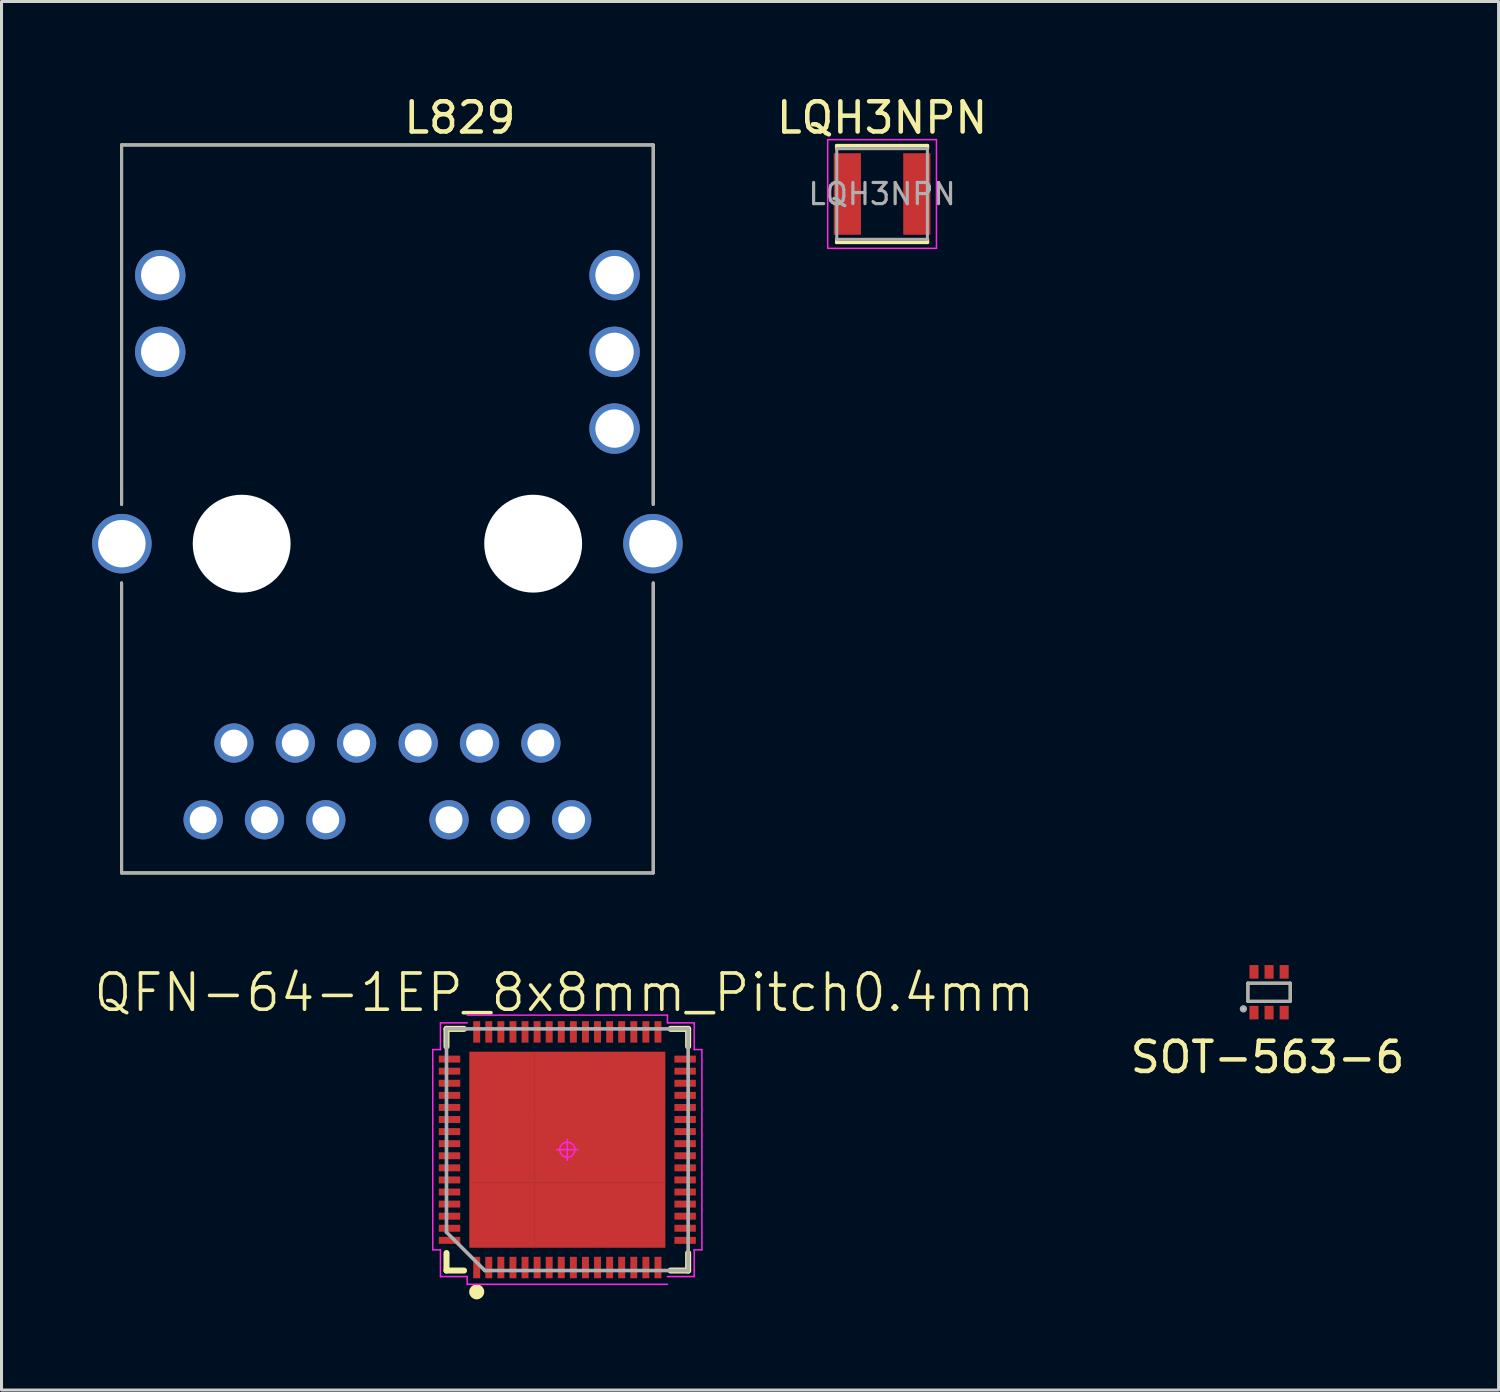
<source format=kicad_pcb>
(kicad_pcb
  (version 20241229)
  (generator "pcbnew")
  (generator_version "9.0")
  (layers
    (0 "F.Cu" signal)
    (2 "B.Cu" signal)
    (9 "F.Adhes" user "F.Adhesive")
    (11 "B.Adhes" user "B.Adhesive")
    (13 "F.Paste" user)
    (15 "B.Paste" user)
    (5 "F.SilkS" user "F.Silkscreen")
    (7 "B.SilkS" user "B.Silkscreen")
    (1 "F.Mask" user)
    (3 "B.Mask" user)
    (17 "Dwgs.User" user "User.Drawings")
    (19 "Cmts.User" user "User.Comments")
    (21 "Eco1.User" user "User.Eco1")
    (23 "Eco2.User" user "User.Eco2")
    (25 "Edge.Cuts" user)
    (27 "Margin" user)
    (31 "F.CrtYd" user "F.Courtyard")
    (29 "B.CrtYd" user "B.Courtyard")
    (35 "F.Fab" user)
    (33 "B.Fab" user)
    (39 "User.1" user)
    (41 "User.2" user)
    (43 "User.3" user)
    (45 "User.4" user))
  (footprint "SOT-563-6"
    (layer "F.Cu")
    (at 38.962 29.798)
    (property "Reference" "SOT-563-6" (at -0.05 2.15 0) (layer "F.SilkS") (effects (font (size 1 1) (thickness 0.15))))
    (attr through_hole)
    (fp_line (start -0.7 -0.3) (end 0.7 -0.3) (stroke (width 0.1) (type solid)) (layer "F.SilkS"))
    (fp_line (start -0.7 0.3) (end -0.7 -0.3) (stroke (width 0.1) (type solid)) (layer "F.SilkS"))
    (fp_line (start 0.7 -0.3) (end 0.7 0.3) (stroke (width 0.1) (type solid)) (layer "F.SilkS"))
    (fp_line (start 0.7 0.3) (end -0.7 0.3) (stroke (width 0.1) (type solid)) (layer "F.SilkS"))
    (fp_circle (center -0.85 0.55) (end -0.8 0.55) (stroke (width 0.1) (type solid)) (fill no) (layer "F.SilkS"))
    (fp_line (start -0.7 -0.3) (end 0.7 -0.3) (stroke (width 0.1) (type solid)) (layer "F.Fab"))
    (fp_line (start -0.7 0.3) (end -0.7 -0.3) (stroke (width 0.1) (type solid)) (layer "F.Fab"))
    (fp_line (start 0.7 -0.3) (end 0.7 0.3) (stroke (width 0.1) (type solid)) (layer "F.Fab"))
    (fp_line (start 0.7 0.3) (end -0.7 0.3) (stroke (width 0.1) (type solid)) (layer "F.Fab"))
    (fp_circle (center -0.85 0.55) (end -0.8 0.6) (stroke (width 0.1) (type solid)) (fill no) (layer "F.Fab"))
    (pad "1" smd rect (at -0.5 0.675) (size 0.3 0.45) (layers "F.Cu" "F.Mask" "F.Paste"))
    (pad "2" smd rect (at 0 0.675) (size 0.3 0.45) (layers "F.Cu" "F.Mask" "F.Paste"))
    (pad "3" smd rect (at 0.5 0.675) (size 0.3 0.45) (layers "F.Cu" "F.Mask" "F.Paste"))
    (pad "4" smd rect (at 0.5 -0.675) (size 0.3 0.45) (layers "F.Cu" "F.Mask" "F.Paste"))
    (pad "5" smd rect (at 0 -0.675) (size 0.3 0.45) (layers "F.Cu" "F.Mask" "F.Paste"))
    (pad "6" smd rect (at -0.5 -0.675) (size 0.3 0.45) (layers "F.Cu" "F.Mask" "F.Paste")))
  (footprint "QFN-64-1EP_8x8mm_Pitch0.4mm"
    (layer "F.Cu")
    (at 15.731 35.011)
    (property "Reference" "QFN-64-1EP_8x8mm_Pitch0.4mm" (at -0.1 -5.2 0) (layer "F.SilkS") (effects (font (size 1.2 1.2) (thickness 0.12))))
    (attr smd)
    (fp_line (start -4 -4) (end -4 -3.42) (stroke (width 0.2) (type solid)) (layer "F.SilkS"))
    (fp_line (start -4 4) (end -4 3.42) (stroke (width 0.2) (type solid)) (layer "F.SilkS"))
    (fp_line (start -3.42 -4) (end -4 -4) (stroke (width 0.2) (type solid)) (layer "F.SilkS"))
    (fp_line (start -3.42 4) (end -4 4) (stroke (width 0.2) (type solid)) (layer "F.SilkS"))
    (fp_line (start 3.42 -4) (end 4 -4) (stroke (width 0.2) (type solid)) (layer "F.SilkS"))
    (fp_line (start 3.42 4) (end 4 4) (stroke (width 0.2) (type solid)) (layer "F.SilkS"))
    (fp_line (start 4 -4) (end 4 -3.42) (stroke (width 0.2) (type solid)) (layer "F.SilkS"))
    (fp_line (start 4 4) (end 4 3.42) (stroke (width 0.2) (type solid)) (layer "F.SilkS"))
    (fp_circle (center -3 4.705) (end -3 4.83) (stroke (width 0.25) (type solid)) (fill no) (layer "F.SilkS"))
    (fp_line (start -4.455 -3.315) (end -4.455 3.315) (stroke (width 0.05) (type solid)) (layer "F.CrtYd"))
    (fp_line (start -4.455 3.315) (end -4.2 3.315) (stroke (width 0.05) (type solid)) (layer "F.CrtYd"))
    (fp_line (start -4.2 -4.2) (end -4.2 -3.315) (stroke (width 0.05) (type solid)) (layer "F.CrtYd"))
    (fp_line (start -4.2 -3.315) (end -4.455 -3.315) (stroke (width 0.05) (type solid)) (layer "F.CrtYd"))
    (fp_line (start -4.2 3.315) (end -4.2 4.2) (stroke (width 0.05) (type solid)) (layer "F.CrtYd"))
    (fp_line (start -4.2 4.2) (end -3.315 4.2) (stroke (width 0.05) (type solid)) (layer "F.CrtYd"))
    (fp_line (start -3.315 -4.2) (end -4.2 -4.2) (stroke (width 0.05) (type solid)) (layer "F.CrtYd"))
    (fp_line (start -3.315 4.2) (end -3.315 4.455) (stroke (width 0.05) (type solid)) (layer "F.CrtYd"))
    (fp_line (start -3.315 4.455) (end 3.315 4.455) (stroke (width 0.05) (type solid)) (layer "F.CrtYd"))
    (fp_line (start -0.35 0) (end 0.35 0) (stroke (width 0.05) (type solid)) (layer "F.CrtYd"))
    (fp_line (start 0 -0.35) (end 0 0.35) (stroke (width 0.05) (type solid)) (layer "F.CrtYd"))
    (fp_line (start 3.315 -4.455) (end -3.315 -4.455) (stroke (width 0.05) (type solid)) (layer "F.CrtYd"))
    (fp_line (start 3.315 -4.2) (end 3.315 -4.455) (stroke (width 0.05) (type solid)) (layer "F.CrtYd"))
    (fp_line (start 3.315 4.2) (end 4.2 4.2) (stroke (width 0.05) (type solid)) (layer "F.CrtYd"))
    (fp_line (start 4.2 -4.2) (end 3.315 -4.2) (stroke (width 0.05) (type solid)) (layer "F.CrtYd"))
    (fp_line (start 4.2 -3.315) (end 4.2 -4.2) (stroke (width 0.05) (type solid)) (layer "F.CrtYd"))
    (fp_line (start 4.2 3.315) (end 4.455 3.315) (stroke (width 0.05) (type solid)) (layer "F.CrtYd"))
    (fp_line (start 4.2 4.2) (end 4.2 3.315) (stroke (width 0.05) (type solid)) (layer "F.CrtYd"))
    (fp_line (start 4.455 -3.315) (end 4.2 -3.315) (stroke (width 0.05) (type solid)) (layer "F.CrtYd"))
    (fp_line (start 4.455 3.315) (end 4.455 -3.315) (stroke (width 0.05) (type solid)) (layer "F.CrtYd"))
    (fp_circle (center 0 0) (end 0 0.25) (stroke (width 0.05) (type solid)) (fill no) (layer "F.CrtYd"))
    (fp_line (start -4 -4) (end 4 -4) (stroke (width 0.12) (type solid)) (layer "F.Fab"))
    (fp_line (start -4 2.73) (end -4 -4) (stroke (width 0.12) (type solid)) (layer "F.Fab"))
    (fp_line (start -2.73 4) (end -4 2.73) (stroke (width 0.12) (type solid)) (layer "F.Fab"))
    (fp_line (start 4 -4) (end 4 4) (stroke (width 0.12) (type solid)) (layer "F.Fab"))
    (fp_line (start 4 4) (end -2.73 4) (stroke (width 0.12) (type solid)) (layer "F.Fab"))
    (pad "1" smd rect (at -3 3.9 90) (size 0.71 0.23) (layers "F.Cu" "F.Mask" "F.Paste"))
    (pad "2" smd rect (at -2.6 3.9 90) (size 0.71 0.23) (layers "F.Cu" "F.Mask" "F.Paste"))
    (pad "3" smd rect (at -2.2 3.9 90) (size 0.71 0.23) (layers "F.Cu" "F.Mask" "F.Paste"))
    (pad "4" smd rect (at -1.8 3.9 90) (size 0.71 0.23) (layers "F.Cu" "F.Mask" "F.Paste"))
    (pad "5" smd rect (at -1.4 3.9 90) (size 0.71 0.23) (layers "F.Cu" "F.Mask" "F.Paste"))
    (pad "6" smd rect (at -1 3.9 90) (size 0.71 0.23) (layers "F.Cu" "F.Mask" "F.Paste"))
    (pad "7" smd rect (at -0.6 3.9 90) (size 0.71 0.23) (layers "F.Cu" "F.Mask" "F.Paste"))
    (pad "8" smd rect (at -0.2 3.9 90) (size 0.71 0.23) (layers "F.Cu" "F.Mask" "F.Paste"))
    (pad "9" smd rect (at 0.2 3.9 90) (size 0.71 0.23) (layers "F.Cu" "F.Mask" "F.Paste"))
    (pad "10" smd rect (at 0.6 3.9 90) (size 0.71 0.23) (layers "F.Cu" "F.Mask" "F.Paste"))
    (pad "11" smd rect (at 1 3.9 90) (size 0.71 0.23) (layers "F.Cu" "F.Mask" "F.Paste"))
    (pad "12" smd rect (at 1.4 3.9 90) (size 0.71 0.23) (layers "F.Cu" "F.Mask" "F.Paste"))
    (pad "13" smd rect (at 1.8 3.9 90) (size 0.71 0.23) (layers "F.Cu" "F.Mask" "F.Paste"))
    (pad "14" smd rect (at 2.2 3.9 90) (size 0.71 0.23) (layers "F.Cu" "F.Mask" "F.Paste"))
    (pad "15" smd rect (at 2.6 3.9 90) (size 0.71 0.23) (layers "F.Cu" "F.Mask" "F.Paste"))
    (pad "16" smd rect (at 3 3.9 90) (size 0.71 0.23) (layers "F.Cu" "F.Mask" "F.Paste"))
    (pad "17" smd rect (at 3.9 3) (size 0.71 0.23) (layers "F.Cu" "F.Mask" "F.Paste"))
    (pad "18" smd rect (at 3.9 2.6) (size 0.71 0.23) (layers "F.Cu" "F.Mask" "F.Paste"))
    (pad "19" smd rect (at 3.9 2.2) (size 0.71 0.23) (layers "F.Cu" "F.Mask" "F.Paste"))
    (pad "20" smd rect (at 3.9 1.8) (size 0.71 0.23) (layers "F.Cu" "F.Mask" "F.Paste"))
    (pad "21" smd rect (at 3.9 1.4) (size 0.71 0.23) (layers "F.Cu" "F.Mask" "F.Paste"))
    (pad "22" smd rect (at 3.9 1) (size 0.71 0.23) (layers "F.Cu" "F.Mask" "F.Paste"))
    (pad "23" smd rect (at 3.9 0.6) (size 0.71 0.23) (layers "F.Cu" "F.Mask" "F.Paste"))
    (pad "24" smd rect (at 3.9 0.2) (size 0.71 0.23) (layers "F.Cu" "F.Mask" "F.Paste"))
    (pad "25" smd rect (at 3.9 -0.2) (size 0.71 0.23) (layers "F.Cu" "F.Mask" "F.Paste"))
    (pad "26" smd rect (at 3.9 -0.6) (size 0.71 0.23) (layers "F.Cu" "F.Mask" "F.Paste"))
    (pad "27" smd rect (at 3.9 -1) (size 0.71 0.23) (layers "F.Cu" "F.Mask" "F.Paste"))
    (pad "28" smd rect (at 3.9 -1.4) (size 0.71 0.23) (layers "F.Cu" "F.Mask" "F.Paste"))
    (pad "29" smd rect (at 3.9 -1.8) (size 0.71 0.23) (layers "F.Cu" "F.Mask" "F.Paste"))
    (pad "30" smd rect (at 3.9 -2.2) (size 0.71 0.23) (layers "F.Cu" "F.Mask" "F.Paste"))
    (pad "31" smd rect (at 3.9 -2.6) (size 0.71 0.23) (layers "F.Cu" "F.Mask" "F.Paste"))
    (pad "32" smd rect (at 3.9 -3) (size 0.71 0.23) (layers "F.Cu" "F.Mask" "F.Paste"))
    (pad "33" smd rect (at 3 -3.9 90) (size 0.71 0.23) (layers "F.Cu" "F.Mask" "F.Paste"))
    (pad "34" smd rect (at 2.6 -3.9 90) (size 0.71 0.23) (layers "F.Cu" "F.Mask" "F.Paste"))
    (pad "35" smd rect (at 2.2 -3.9 90) (size 0.71 0.23) (layers "F.Cu" "F.Mask" "F.Paste"))
    (pad "36" smd rect (at 1.8 -3.9 90) (size 0.71 0.23) (layers "F.Cu" "F.Mask" "F.Paste"))
    (pad "37" smd rect (at 1.4 -3.9 90) (size 0.71 0.23) (layers "F.Cu" "F.Mask" "F.Paste"))
    (pad "38" smd rect (at 1 -3.9 90) (size 0.71 0.23) (layers "F.Cu" "F.Mask" "F.Paste"))
    (pad "39" smd rect (at 0.6 -3.9 90) (size 0.71 0.23) (layers "F.Cu" "F.Mask" "F.Paste"))
    (pad "40" smd rect (at 0.2 -3.9 90) (size 0.71 0.23) (layers "F.Cu" "F.Mask" "F.Paste"))
    (pad "41" smd rect (at -0.2 -3.9 90) (size 0.71 0.23) (layers "F.Cu" "F.Mask" "F.Paste"))
    (pad "42" smd rect (at -0.6 -3.9 90) (size 0.71 0.23) (layers "F.Cu" "F.Mask" "F.Paste"))
    (pad "43" smd rect (at -1 -3.9 90) (size 0.71 0.23) (layers "F.Cu" "F.Mask" "F.Paste"))
    (pad "44" smd rect (at -1.4 -3.9 90) (size 0.71 0.23) (layers "F.Cu" "F.Mask" "F.Paste"))
    (pad "45" smd rect (at -1.8 -3.9 90) (size 0.71 0.23) (layers "F.Cu" "F.Mask" "F.Paste"))
    (pad "46" smd rect (at -2.2 -3.9 90) (size 0.71 0.23) (layers "F.Cu" "F.Mask" "F.Paste"))
    (pad "47" smd rect (at -2.6 -3.9 90) (size 0.71 0.23) (layers "F.Cu" "F.Mask" "F.Paste"))
    (pad "48" smd rect (at -3 -3.9 90) (size 0.71 0.23) (layers "F.Cu" "F.Mask" "F.Paste"))
    (pad "49" smd rect (at -3.9 -3) (size 0.71 0.23) (layers "F.Cu" "F.Mask" "F.Paste"))
    (pad "50" smd rect (at -3.9 -2.6) (size 0.71 0.23) (layers "F.Cu" "F.Mask" "F.Paste"))
    (pad "51" smd rect (at -3.9 -2.2) (size 0.71 0.23) (layers "F.Cu" "F.Mask" "F.Paste"))
    (pad "52" smd rect (at -3.9 -1.8) (size 0.71 0.23) (layers "F.Cu" "F.Mask" "F.Paste"))
    (pad "53" smd rect (at -3.9 -1.4) (size 0.71 0.23) (layers "F.Cu" "F.Mask" "F.Paste"))
    (pad "54" smd rect (at -3.9 -1) (size 0.71 0.23) (layers "F.Cu" "F.Mask" "F.Paste"))
    (pad "55" smd rect (at -3.9 -0.6) (size 0.71 0.23) (layers "F.Cu" "F.Mask" "F.Paste"))
    (pad "56" smd rect (at -3.9 -0.2) (size 0.71 0.23) (layers "F.Cu" "F.Mask" "F.Paste"))
    (pad "57" smd rect (at -3.9 0.2) (size 0.71 0.23) (layers "F.Cu" "F.Mask" "F.Paste"))
    (pad "58" smd rect (at -3.9 0.6) (size 0.71 0.23) (layers "F.Cu" "F.Mask" "F.Paste"))
    (pad "59" smd rect (at -3.9 1) (size 0.71 0.23) (layers "F.Cu" "F.Mask" "F.Paste"))
    (pad "60" smd rect (at -3.9 1.4) (size 0.71 0.23) (layers "F.Cu" "F.Mask" "F.Paste"))
    (pad "61" smd rect (at -3.9 1.8) (size 0.71 0.23) (layers "F.Cu" "F.Mask" "F.Paste"))
    (pad "62" smd rect (at -3.9 2.2) (size 0.71 0.23) (layers "F.Cu" "F.Mask" "F.Paste"))
    (pad "63" smd rect (at -3.9 2.6) (size 0.71 0.23) (layers "F.Cu" "F.Mask" "F.Paste"))
    (pad "64" smd rect (at -3.9 3) (size 0.71 0.23) (layers "F.Cu" "F.Mask" "F.Paste"))
    (pad "65" smd rect (at -2.16 -2.16) (size 2.17 2.17) (layers "F.Cu" "F.Mask" "F.Paste"))
    (pad "65" smd rect (at -2.16 0) (size 2.17 2.17) (layers "F.Cu" "F.Mask" "F.Paste"))
    (pad "65" smd rect (at -2.16 2.16) (size 2.17 2.17) (layers "F.Cu" "F.Mask" "F.Paste"))
    (pad "65" smd rect (at 0 -2.16) (size 2.17 2.17) (layers "F.Cu" "F.Mask" "F.Paste"))
    (pad "65" smd rect (at 0 0) (size 2.17 2.17) (layers "F.Cu" "F.Mask" "F.Paste"))
    (pad "65" smd rect (at 0 2.16) (size 2.17 2.17) (layers "F.Cu" "F.Mask" "F.Paste"))
    (pad "65" smd rect (at 2.16 -2.16) (size 2.17 2.17) (layers "F.Cu" "F.Mask" "F.Paste"))
    (pad "65" smd rect (at 2.16 0) (size 2.17 2.17) (layers "F.Cu" "F.Mask" "F.Paste"))
    (pad "65" smd rect (at 2.16 2.16) (size 2.17 2.17) (layers "F.Cu" "F.Mask" "F.Paste")))
  (footprint "L829"
    (layer "F.Cu")
    (at 9.775 14.948)
    (property "Reference" "L829" (at 2.4 -14.1 0) (layer "F.SilkS") (effects (font (size 1 1) (thickness 0.15))))
    (attr through_hole)
    (fp_line (start -8.8 -13.2) (end 8.8 -13.2) (stroke (width 0.1) (type solid)) (layer "F.SilkS"))
    (fp_line (start -8.8 -1.6) (end -8.8 -13.2) (stroke (width 0.1) (type solid)) (layer "F.SilkS"))
    (fp_line (start -8.8 -1.4) (end -8.8 -1.6) (stroke (width 0.1) (type solid)) (layer "F.SilkS"))
    (fp_line (start -8.8 -1.4) (end -8.8 -1.3) (stroke (width 0.1) (type solid)) (layer "F.SilkS"))
    (fp_line (start -8.8 1.3) (end -8.8 10.9) (stroke (width 0.1) (type solid)) (layer "F.SilkS"))
    (fp_line (start -8.8 10.9) (end 8.8 10.9) (stroke (width 0.1) (type solid)) (layer "F.SilkS"))
    (fp_line (start 8.8 -13.2) (end 8.8 -1.3) (stroke (width 0.1) (type solid)) (layer "F.SilkS"))
    (fp_line (start 8.8 10.9) (end 8.8 1.3) (stroke (width 0.1) (type solid)) (layer "F.SilkS"))
    (fp_line (start -8.8 -13.2) (end 8.8 -13.2) (stroke (width 0.1) (type solid)) (layer "F.Fab"))
    (fp_line (start -8.8 -1.3) (end -8.8 -13.2) (stroke (width 0.1) (type solid)) (layer "F.Fab"))
    (fp_line (start -8.8 10.9) (end -8.8 1.3) (stroke (width 0.1) (type solid)) (layer "F.Fab"))
    (fp_line (start 8.8 -13.2) (end 8.8 -1.3) (stroke (width 0.1) (type solid)) (layer "F.Fab"))
    (fp_line (start 8.8 1.3) (end 8.8 10.9) (stroke (width 0.1) (type solid)) (layer "F.Fab"))
    (fp_line (start 8.8 10.9) (end -8.8 10.9) (stroke (width 0.1) (type solid)) (layer "F.Fab"))
    (pad "" np_thru_hole circle (at -4.825 0) (size 3.24 3.24) (drill 3.24) (layers "*.Cu" "*.Mask"))
    (pad "" np_thru_hole circle (at 4.825 0) (size 3.24 3.24) (drill 3.24) (layers "*.Cu" "*.Mask"))
    (pad "1" thru_hole circle (at -5.08 6.6) (size 1.3 1.3) (drill 0.89) (layers "*.Cu" "*.Mask"))
    (pad "2" thru_hole circle (at -3.05 6.6) (size 1.3 1.3) (drill 0.89) (layers "*.Cu" "*.Mask"))
    (pad "3" thru_hole circle (at -1.02 6.6) (size 1.3 1.3) (drill 0.89) (layers "*.Cu" "*.Mask"))
    (pad "4" thru_hole circle (at 1.02 6.6) (size 1.3 1.3) (drill 0.89) (layers "*.Cu" "*.Mask"))
    (pad "5" thru_hole circle (at 3.05 6.6) (size 1.3 1.3) (drill 0.89) (layers "*.Cu" "*.Mask"))
    (pad "6" thru_hole circle (at 5.08 6.6) (size 1.3 1.3) (drill 0.89) (layers "*.Cu" "*.Mask"))
    (pad "7" thru_hole circle (at -6.1 9.14) (size 1.3 1.3) (drill 0.89) (layers "*.Cu" "*.Mask"))
    (pad "8" thru_hole circle (at -4.07 9.14) (size 1.3 1.3) (drill 0.89) (layers "*.Cu" "*.Mask"))
    (pad "9" thru_hole circle (at -2.04 9.14) (size 1.3 1.3) (drill 0.89) (layers "*.Cu" "*.Mask"))
    (pad "10" thru_hole circle (at 2.04 9.14) (size 1.3 1.3) (drill 0.89) (layers "*.Cu" "*.Mask"))
    (pad "11" thru_hole circle (at 4.07 9.14) (size 1.3 1.3) (drill 0.89) (layers "*.Cu" "*.Mask"))
    (pad "12" thru_hole circle (at 6.1 9.14) (size 1.3 1.3) (drill 0.89) (layers "*.Cu" "*.Mask"))
    (pad "13" thru_hole circle (at -7.52 -6.35) (size 1.67 1.67) (drill 1.27) (layers "*.Cu" "*.Mask"))
    (pad "14" thru_hole circle (at -7.52 -8.89) (size 1.67 1.67) (drill 1.27) (layers "*.Cu" "*.Mask"))
    (pad "15" thru_hole circle (at 7.52 -3.81) (size 1.67 1.67) (drill 1.27) (layers "*.Cu" "*.Mask"))
    (pad "16" thru_hole circle (at 7.52 -6.35) (size 1.67 1.67) (drill 1.27) (layers "*.Cu" "*.Mask"))
    (pad "17" thru_hole circle (at 7.52 -8.89) (size 1.67 1.67) (drill 1.27) (layers "*.Cu" "*.Mask"))
    (pad "18" thru_hole circle (at 8.79 0) (size 1.97 1.97) (drill 1.57) (layers "*.Cu" "*.Mask"))
    (pad "19" thru_hole circle (at -8.79 0) (size 1.97 1.97) (drill 1.57) (layers "*.Cu" "*.Mask")))
  (footprint "LQH3NPN"
    (layer "F.Cu")
    (at 26.151 3.372)
    (property "Reference" "LQH3NPN" (at 0 -2.524 0) (layer "F.SilkS") (effects (font (size 1 1) (thickness 0.15))))
    (attr smd)
    (fp_line (start -1.5 -1.6) (end 1.5 -1.6) (stroke (width 0.12) (type solid)) (layer "F.SilkS"))
    (fp_line (start -1.5 -1.5) (end -1.5 -1.6) (stroke (width 0.12) (type solid)) (layer "F.SilkS"))
    (fp_line (start -1.5 1.5) (end -1.5 1.6) (stroke (width 0.12) (type solid)) (layer "F.SilkS"))
    (fp_line (start -1.5 1.6) (end 1.5 1.6) (stroke (width 0.12) (type solid)) (layer "F.SilkS"))
    (fp_line (start 1.5 -1.6) (end 1.5 -1.5) (stroke (width 0.12) (type solid)) (layer "F.SilkS"))
    (fp_line (start 1.5 1.6) (end 1.5 1.5) (stroke (width 0.12) (type solid)) (layer "F.SilkS"))
    (fp_line (start -1.8 -1.8) (end -1.8 1.8) (stroke (width 0.05) (type solid)) (layer "F.CrtYd"))
    (fp_line (start -1.8 1.8) (end 1.8 1.8) (stroke (width 0.05) (type solid)) (layer "F.CrtYd"))
    (fp_line (start 1.8 -1.8) (end -1.8 -1.8) (stroke (width 0.05) (type solid)) (layer "F.CrtYd"))
    (fp_line (start 1.8 1.8) (end 1.8 -1.8) (stroke (width 0.05) (type solid)) (layer "F.CrtYd"))
    (fp_line (start -1.5 -1.5) (end -1.5 1.5) (stroke (width 0.1) (type solid)) (layer "F.Fab"))
    (fp_line (start -1.5 1.5) (end 1.5 1.5) (stroke (width 0.1) (type solid)) (layer "F.Fab"))
    (fp_line (start 1.5 -1.5) (end -1.5 -1.5) (stroke (width 0.1) (type solid)) (layer "F.Fab"))
    (fp_line (start 1.5 1.5) (end 1.5 -1.5) (stroke (width 0.1) (type solid)) (layer "F.Fab"))
    (fp_text user "${REFERENCE}" (at 0 0 0) (layer "F.Fab") (effects (font (size 0.7 0.7) (thickness 0.105))))
    (pad "1" smd rect (at -1.15 0) (size 0.9 2.7) (layers "F.Cu" "F.Mask" "F.Paste"))
    (pad "2" smd rect (at 1.15 0) (size 0.9 2.7) (layers "F.Cu" "F.Mask" "F.Paste")))
  (gr_rect
    (start -3 -3)
    (end 46.56 42.966)
    (stroke (width 0.1) (type default))
    (fill no)
    (layer "Edge.Cuts")))
</source>
